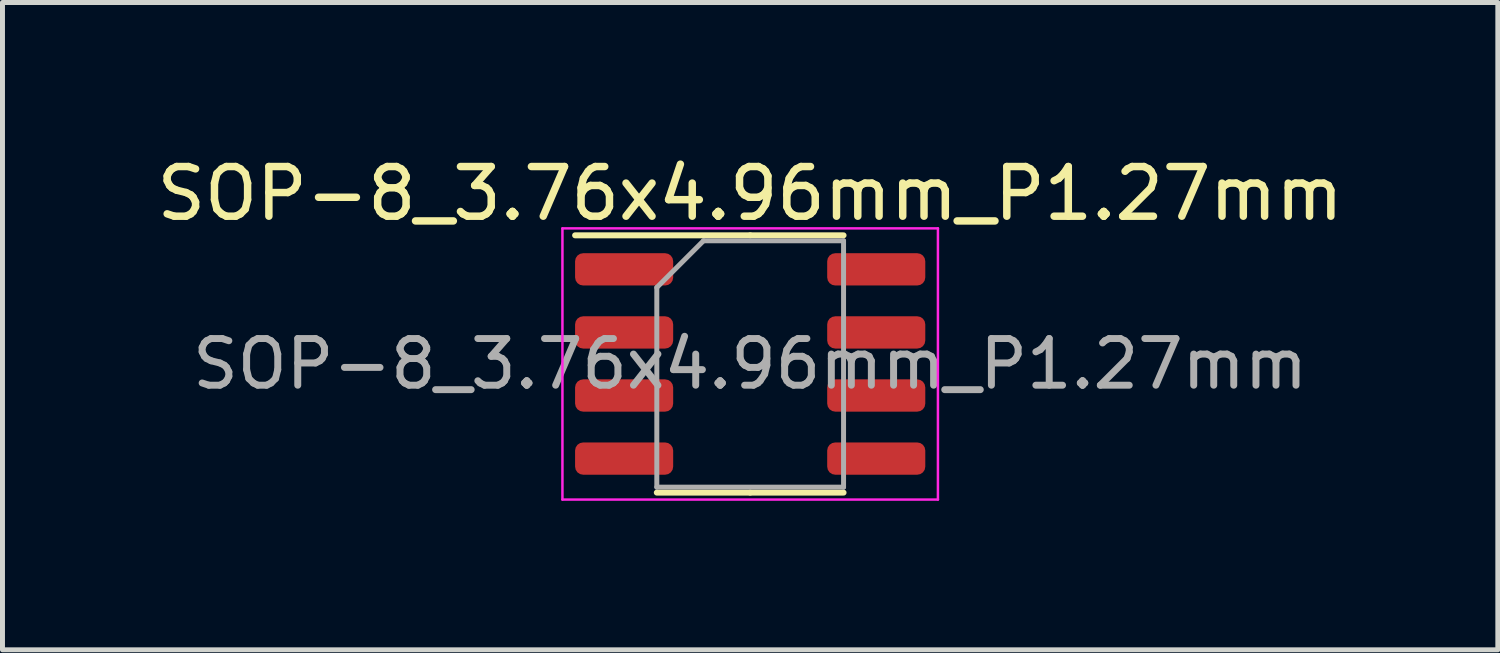
<source format=kicad_pcb>
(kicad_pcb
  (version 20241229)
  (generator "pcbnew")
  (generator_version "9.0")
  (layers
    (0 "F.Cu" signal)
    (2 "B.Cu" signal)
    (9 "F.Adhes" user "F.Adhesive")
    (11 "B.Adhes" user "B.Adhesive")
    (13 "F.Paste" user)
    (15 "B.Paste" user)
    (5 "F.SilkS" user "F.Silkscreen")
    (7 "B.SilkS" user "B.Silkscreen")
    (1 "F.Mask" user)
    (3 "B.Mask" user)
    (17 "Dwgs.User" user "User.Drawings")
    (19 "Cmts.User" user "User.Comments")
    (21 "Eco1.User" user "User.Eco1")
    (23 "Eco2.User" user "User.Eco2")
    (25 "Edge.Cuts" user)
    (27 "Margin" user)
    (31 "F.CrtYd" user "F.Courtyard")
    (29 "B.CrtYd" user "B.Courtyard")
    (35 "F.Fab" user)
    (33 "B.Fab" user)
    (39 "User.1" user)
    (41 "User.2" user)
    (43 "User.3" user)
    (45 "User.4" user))
  (footprint "SOP-8_3.76x4.96mm_P1.27mm"
    (layer "F.Cu")
    (at 12.054 4.278)
    (property "Reference" "SOP-8_3.76x4.96mm_P1.27mm" (at 0 -3.43 0) (layer "F.SilkS") (effects (font (size 1 1) (thickness 0.15))))
    (attr smd)
    (fp_line (start 0 -2.59) (end -3.525 -2.59) (stroke (width 0.12) (type solid)) (layer "F.SilkS"))
    (fp_line (start 0 -2.59) (end 1.88 -2.59) (stroke (width 0.12) (type solid)) (layer "F.SilkS"))
    (fp_line (start 0 2.59) (end -1.88 2.59) (stroke (width 0.12) (type solid)) (layer "F.SilkS"))
    (fp_line (start 0 2.59) (end 1.88 2.59) (stroke (width 0.12) (type solid)) (layer "F.SilkS"))
    (fp_line (start -3.78 -2.73) (end -3.78 2.73) (stroke (width 0.05) (type solid)) (layer "F.CrtYd"))
    (fp_line (start -3.78 2.73) (end 3.78 2.73) (stroke (width 0.05) (type solid)) (layer "F.CrtYd"))
    (fp_line (start 3.78 -2.73) (end -3.78 -2.73) (stroke (width 0.05) (type solid)) (layer "F.CrtYd"))
    (fp_line (start 3.78 2.73) (end 3.78 -2.73) (stroke (width 0.05) (type solid)) (layer "F.CrtYd"))
    (fp_line (start -1.88 -1.54) (end -0.94 -2.48) (stroke (width 0.1) (type solid)) (layer "F.Fab"))
    (fp_line (start -1.88 2.48) (end -1.88 -1.54) (stroke (width 0.1) (type solid)) (layer "F.Fab"))
    (fp_line (start -0.94 -2.48) (end 1.88 -2.48) (stroke (width 0.1) (type solid)) (layer "F.Fab"))
    (fp_line (start 1.88 -2.48) (end 1.88 2.48) (stroke (width 0.1) (type solid)) (layer "F.Fab"))
    (fp_line (start 1.88 2.48) (end -1.88 2.48) (stroke (width 0.1) (type solid)) (layer "F.Fab"))
    (fp_text user "${REFERENCE}" (at 0 0 0) (layer "F.Fab") (effects (font (size 0.94 0.94) (thickness 0.14))))
    (pad "1" smd roundrect (at -2.538 1.905) (size 1.975 0.65) (layers "F.Cu" "F.Mask" "F.Paste") (roundrect_rratio 0.25))
    (pad "2" smd roundrect (at -2.538 -1.905) (size 1.975 0.65) (layers "F.Cu" "F.Mask" "F.Paste") (roundrect_rratio 0.25))
    (pad "2" smd roundrect (at -2.538 -0.635) (size 1.975 0.65) (layers "F.Cu" "F.Mask" "F.Paste") (roundrect_rratio 0.25))
    (pad "2" smd roundrect (at -2.538 0.635) (size 1.975 0.65) (layers "F.Cu" "F.Mask" "F.Paste") (roundrect_rratio 0.25))
    (pad "3" smd roundrect (at 2.538 -1.905) (size 1.975 0.65) (layers "F.Cu" "F.Mask" "F.Paste") (roundrect_rratio 0.25))
    (pad "3" smd roundrect (at 2.538 -0.635) (size 1.975 0.65) (layers "F.Cu" "F.Mask" "F.Paste") (roundrect_rratio 0.25))
    (pad "3" smd roundrect (at 2.538 0.635) (size 1.975 0.65) (layers "F.Cu" "F.Mask" "F.Paste") (roundrect_rratio 0.25))
    (pad "3" smd roundrect (at 2.538 1.905) (size 1.975 0.65) (layers "F.Cu" "F.Mask" "F.Paste") (roundrect_rratio 0.25)))
  (gr_rect
    (start -3 -3)
    (end 27.107 10.033)
    (stroke (width 0.1) (type default))
    (fill no)
    (layer "Edge.Cuts")))
</source>
